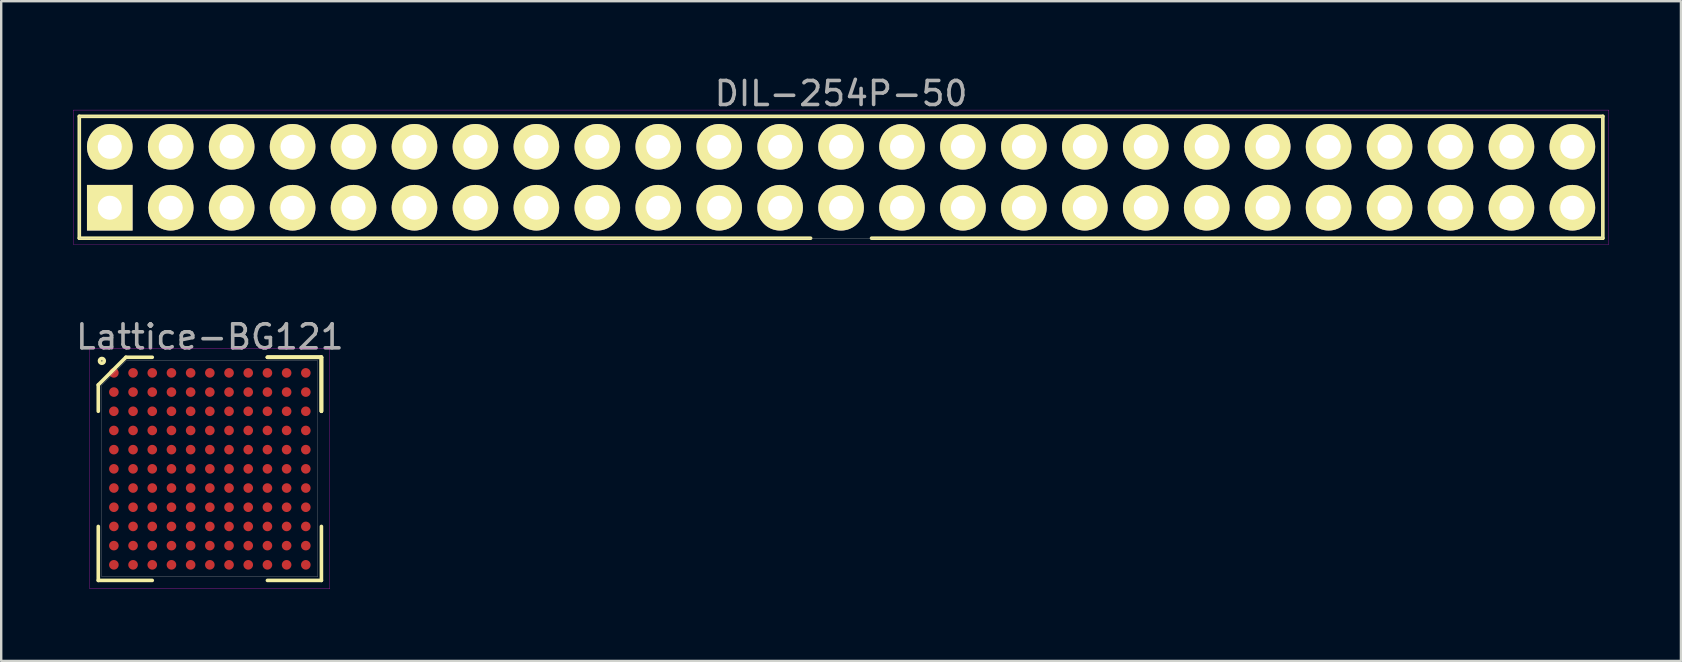
<source format=kicad_pcb>
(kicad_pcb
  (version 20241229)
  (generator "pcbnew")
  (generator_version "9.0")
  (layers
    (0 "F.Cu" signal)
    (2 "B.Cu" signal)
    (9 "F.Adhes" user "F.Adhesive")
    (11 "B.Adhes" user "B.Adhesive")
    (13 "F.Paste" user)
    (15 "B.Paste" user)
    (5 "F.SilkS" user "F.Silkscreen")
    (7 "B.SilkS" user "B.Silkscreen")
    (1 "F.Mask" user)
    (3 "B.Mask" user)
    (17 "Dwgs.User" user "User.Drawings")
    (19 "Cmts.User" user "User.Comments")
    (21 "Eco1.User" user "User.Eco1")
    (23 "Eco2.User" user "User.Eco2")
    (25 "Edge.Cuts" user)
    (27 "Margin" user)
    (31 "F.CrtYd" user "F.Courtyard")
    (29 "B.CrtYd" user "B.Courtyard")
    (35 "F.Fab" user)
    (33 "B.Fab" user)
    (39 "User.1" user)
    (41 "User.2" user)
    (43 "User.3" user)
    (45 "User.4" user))
  (footprint "Lattice-BG121"
    (layer "F.Cu")
    (at 5.696 16.491)
    (property "Reference" "Lattice-BG121" (at 0 -5.5 0) (layer "F.Fab") (effects (font (size 1 1) (thickness 0.15))))
    (attr smd)
    (fp_line (start -4.65 -3.5) (end -4.65 -2.4) (stroke (width 0.15) (type solid)) (layer "F.SilkS"))
    (fp_line (start -4.65 4.65) (end -4.65 2.4) (stroke (width 0.15) (type solid)) (layer "F.SilkS"))
    (fp_line (start -3.5 -4.65) (end -4.65 -3.5) (stroke (width 0.15) (type solid)) (layer "F.SilkS"))
    (fp_line (start -2.4 -4.65) (end -3.5 -4.65) (stroke (width 0.15) (type solid)) (layer "F.SilkS"))
    (fp_line (start -2.4 4.65) (end -4.65 4.65) (stroke (width 0.15) (type solid)) (layer "F.SilkS"))
    (fp_line (start 2.4 -4.65) (end 4.65 -4.65) (stroke (width 0.15) (type solid)) (layer "F.SilkS"))
    (fp_line (start 2.4 -4.65) (end 4.65 -4.65) (stroke (width 0.15) (type solid)) (layer "F.SilkS"))
    (fp_line (start 2.4 -4.65) (end 4.65 -4.65) (stroke (width 0.15) (type solid)) (layer "F.SilkS"))
    (fp_line (start 2.4 4.65) (end 4.65 4.65) (stroke (width 0.15) (type solid)) (layer "F.SilkS"))
    (fp_line (start 4.65 -4.65) (end 4.65 -2.4) (stroke (width 0.15) (type solid)) (layer "F.SilkS"))
    (fp_line (start 4.65 -4.65) (end 4.65 -2.4) (stroke (width 0.15) (type solid)) (layer "F.SilkS"))
    (fp_line (start 4.65 -4.65) (end 4.65 -2.4) (stroke (width 0.15) (type solid)) (layer "F.SilkS"))
    (fp_line (start 4.65 4.65) (end 4.65 2.4) (stroke (width 0.15) (type solid)) (layer "F.SilkS"))
    (fp_circle (center -4.5 -4.5) (end -4.4 -4.5) (stroke (width 0.15) (type solid)) (fill no) (layer "F.SilkS"))
    (fp_line (start -5 -5) (end 5 -5) (stroke (width 0.01) (type solid)) (layer "F.CrtYd"))
    (fp_line (start -5 5) (end -5 -5) (stroke (width 0.01) (type solid)) (layer "F.CrtYd"))
    (fp_line (start 5 -5) (end 5 5) (stroke (width 0.01) (type solid)) (layer "F.CrtYd"))
    (fp_line (start 5 5) (end -5 5) (stroke (width 0.01) (type solid)) (layer "F.CrtYd"))
    (fp_line (start -4.5 -3.5) (end -4.5 4.5) (stroke (width 0.01) (type solid)) (layer "F.Fab"))
    (fp_line (start -4.5 4.5) (end 4.5 4.5) (stroke (width 0.01) (type solid)) (layer "F.Fab"))
    (fp_line (start -3.5 -4.5) (end -4.5 -3.5) (stroke (width 0.01) (type solid)) (layer "F.Fab"))
    (fp_line (start 4.5 -4.5) (end -3.5 -4.5) (stroke (width 0.01) (type solid)) (layer "F.Fab"))
    (fp_line (start 4.5 4.5) (end 4.5 -4.5) (stroke (width 0.01) (type solid)) (layer "F.Fab"))
    (pad "A1" smd circle (at -4 -4) (size 0.4 0.4) (layers "F.Cu" "F.Mask" "F.Paste"))
    (pad "A2" smd circle (at -3.2 -4) (size 0.4 0.4) (layers "F.Cu" "F.Mask" "F.Paste"))
    (pad "A3" smd circle (at -2.4 -4) (size 0.4 0.4) (layers "F.Cu" "F.Mask" "F.Paste"))
    (pad "A4" smd circle (at -1.6 -4) (size 0.4 0.4) (layers "F.Cu" "F.Mask" "F.Paste"))
    (pad "A5" smd circle (at -0.8 -4) (size 0.4 0.4) (layers "F.Cu" "F.Mask" "F.Paste"))
    (pad "A6" smd circle (at 0 -4) (size 0.4 0.4) (layers "F.Cu" "F.Mask" "F.Paste"))
    (pad "A7" smd circle (at 0.8 -4) (size 0.4 0.4) (layers "F.Cu" "F.Mask" "F.Paste"))
    (pad "A8" smd circle (at 1.6 -4) (size 0.4 0.4) (layers "F.Cu" "F.Mask" "F.Paste"))
    (pad "A9" smd circle (at 2.4 -4) (size 0.4 0.4) (layers "F.Cu" "F.Mask" "F.Paste"))
    (pad "A10" smd circle (at 3.2 -4) (size 0.4 0.4) (layers "F.Cu" "F.Mask" "F.Paste"))
    (pad "A11" smd circle (at 4 -4) (size 0.4 0.4) (layers "F.Cu" "F.Mask" "F.Paste"))
    (pad "B1" smd circle (at -4 -3.2) (size 0.4 0.4) (layers "F.Cu" "F.Mask" "F.Paste"))
    (pad "B2" smd circle (at -3.2 -3.2) (size 0.4 0.4) (layers "F.Cu" "F.Mask" "F.Paste"))
    (pad "B3" smd circle (at -2.4 -3.2) (size 0.4 0.4) (layers "F.Cu" "F.Mask" "F.Paste"))
    (pad "B4" smd circle (at -1.6 -3.2) (size 0.4 0.4) (layers "F.Cu" "F.Mask" "F.Paste"))
    (pad "B5" smd circle (at -0.8 -3.2) (size 0.4 0.4) (layers "F.Cu" "F.Mask" "F.Paste"))
    (pad "B6" smd circle (at 0 -3.2) (size 0.4 0.4) (layers "F.Cu" "F.Mask" "F.Paste"))
    (pad "B7" smd circle (at 0.8 -3.2) (size 0.4 0.4) (layers "F.Cu" "F.Mask" "F.Paste"))
    (pad "B8" smd circle (at 1.6 -3.2) (size 0.4 0.4) (layers "F.Cu" "F.Mask" "F.Paste"))
    (pad "B9" smd circle (at 2.4 -3.2) (size 0.4 0.4) (layers "F.Cu" "F.Mask" "F.Paste"))
    (pad "B10" smd circle (at 3.2 -3.2) (size 0.4 0.4) (layers "F.Cu" "F.Mask" "F.Paste"))
    (pad "B11" smd circle (at 4 -3.2) (size 0.4 0.4) (layers "F.Cu" "F.Mask" "F.Paste"))
    (pad "C1" smd circle (at -4 -2.4) (size 0.4 0.4) (layers "F.Cu" "F.Mask" "F.Paste"))
    (pad "C2" smd circle (at -3.2 -2.4) (size 0.4 0.4) (layers "F.Cu" "F.Mask" "F.Paste"))
    (pad "C3" smd circle (at -2.4 -2.4) (size 0.4 0.4) (layers "F.Cu" "F.Mask" "F.Paste"))
    (pad "C4" smd circle (at -1.6 -2.4) (size 0.4 0.4) (layers "F.Cu" "F.Mask" "F.Paste"))
    (pad "C5" smd circle (at -0.8 -2.4) (size 0.4 0.4) (layers "F.Cu" "F.Mask" "F.Paste"))
    (pad "C6" smd circle (at 0 -2.4) (size 0.4 0.4) (layers "F.Cu" "F.Mask" "F.Paste"))
    (pad "C7" smd circle (at 0.8 -2.4) (size 0.4 0.4) (layers "F.Cu" "F.Mask" "F.Paste"))
    (pad "C8" smd circle (at 1.6 -2.4) (size 0.4 0.4) (layers "F.Cu" "F.Mask" "F.Paste"))
    (pad "C9" smd circle (at 2.4 -2.4) (size 0.4 0.4) (layers "F.Cu" "F.Mask" "F.Paste"))
    (pad "C10" smd circle (at 3.2 -2.4) (size 0.4 0.4) (layers "F.Cu" "F.Mask" "F.Paste"))
    (pad "C11" smd circle (at 4 -2.4) (size 0.4 0.4) (layers "F.Cu" "F.Mask" "F.Paste"))
    (pad "D1" smd circle (at -4 -1.6) (size 0.4 0.4) (layers "F.Cu" "F.Mask" "F.Paste"))
    (pad "D2" smd circle (at -3.2 -1.6) (size 0.4 0.4) (layers "F.Cu" "F.Mask" "F.Paste"))
    (pad "D3" smd circle (at -2.4 -1.6) (size 0.4 0.4) (layers "F.Cu" "F.Mask" "F.Paste"))
    (pad "D4" smd circle (at -1.6 -1.6) (size 0.4 0.4) (layers "F.Cu" "F.Mask" "F.Paste"))
    (pad "D5" smd circle (at -0.8 -1.6) (size 0.4 0.4) (layers "F.Cu" "F.Mask" "F.Paste"))
    (pad "D6" smd circle (at 0 -1.6) (size 0.4 0.4) (layers "F.Cu" "F.Mask" "F.Paste"))
    (pad "D7" smd circle (at 0.8 -1.6) (size 0.4 0.4) (layers "F.Cu" "F.Mask" "F.Paste"))
    (pad "D8" smd circle (at 1.6 -1.6) (size 0.4 0.4) (layers "F.Cu" "F.Mask" "F.Paste"))
    (pad "D9" smd circle (at 2.4 -1.6) (size 0.4 0.4) (layers "F.Cu" "F.Mask" "F.Paste"))
    (pad "D10" smd circle (at 3.2 -1.6) (size 0.4 0.4) (layers "F.Cu" "F.Mask" "F.Paste"))
    (pad "D11" smd circle (at 4 -1.6) (size 0.4 0.4) (layers "F.Cu" "F.Mask" "F.Paste"))
    (pad "E1" smd circle (at -4 -0.8) (size 0.4 0.4) (layers "F.Cu" "F.Mask" "F.Paste"))
    (pad "E2" smd circle (at -3.2 -0.8) (size 0.4 0.4) (layers "F.Cu" "F.Mask" "F.Paste"))
    (pad "E3" smd circle (at -2.4 -0.8) (size 0.4 0.4) (layers "F.Cu" "F.Mask" "F.Paste"))
    (pad "E4" smd circle (at -1.6 -0.8) (size 0.4 0.4) (layers "F.Cu" "F.Mask" "F.Paste"))
    (pad "E5" smd circle (at -0.8 -0.8) (size 0.4 0.4) (layers "F.Cu" "F.Mask" "F.Paste"))
    (pad "E6" smd circle (at 0 -0.8) (size 0.4 0.4) (layers "F.Cu" "F.Mask" "F.Paste"))
    (pad "E7" smd circle (at 0.8 -0.8) (size 0.4 0.4) (layers "F.Cu" "F.Mask" "F.Paste"))
    (pad "E8" smd circle (at 1.6 -0.8) (size 0.4 0.4) (layers "F.Cu" "F.Mask" "F.Paste"))
    (pad "E9" smd circle (at 2.4 -0.8) (size 0.4 0.4) (layers "F.Cu" "F.Mask" "F.Paste"))
    (pad "E10" smd circle (at 3.2 -0.8) (size 0.4 0.4) (layers "F.Cu" "F.Mask" "F.Paste"))
    (pad "E11" smd circle (at 4 -0.8) (size 0.4 0.4) (layers "F.Cu" "F.Mask" "F.Paste"))
    (pad "F1" smd circle (at -4 0) (size 0.4 0.4) (layers "F.Cu" "F.Mask" "F.Paste"))
    (pad "F2" smd circle (at -3.2 0) (size 0.4 0.4) (layers "F.Cu" "F.Mask" "F.Paste"))
    (pad "F3" smd circle (at -2.4 0) (size 0.4 0.4) (layers "F.Cu" "F.Mask" "F.Paste"))
    (pad "F4" smd circle (at -1.6 0) (size 0.4 0.4) (layers "F.Cu" "F.Mask" "F.Paste"))
    (pad "F5" smd circle (at -0.8 0) (size 0.4 0.4) (layers "F.Cu" "F.Mask" "F.Paste"))
    (pad "F6" smd circle (at 0 0) (size 0.4 0.4) (layers "F.Cu" "F.Mask" "F.Paste"))
    (pad "F7" smd circle (at 0.8 0) (size 0.4 0.4) (layers "F.Cu" "F.Mask" "F.Paste"))
    (pad "F8" smd circle (at 1.6 0) (size 0.4 0.4) (layers "F.Cu" "F.Mask" "F.Paste"))
    (pad "F9" smd circle (at 2.4 0) (size 0.4 0.4) (layers "F.Cu" "F.Mask" "F.Paste"))
    (pad "F10" smd circle (at 3.2 0) (size 0.4 0.4) (layers "F.Cu" "F.Mask" "F.Paste"))
    (pad "F11" smd circle (at 4 0) (size 0.4 0.4) (layers "F.Cu" "F.Mask" "F.Paste"))
    (pad "G1" smd circle (at -4 0.8) (size 0.4 0.4) (layers "F.Cu" "F.Mask" "F.Paste"))
    (pad "G2" smd circle (at -3.2 0.8) (size 0.4 0.4) (layers "F.Cu" "F.Mask" "F.Paste"))
    (pad "G3" smd circle (at -2.4 0.8) (size 0.4 0.4) (layers "F.Cu" "F.Mask" "F.Paste"))
    (pad "G4" smd circle (at -1.6 0.8) (size 0.4 0.4) (layers "F.Cu" "F.Mask" "F.Paste"))
    (pad "G5" smd circle (at -0.8 0.8) (size 0.4 0.4) (layers "F.Cu" "F.Mask" "F.Paste"))
    (pad "G6" smd circle (at 0 0.8) (size 0.4 0.4) (layers "F.Cu" "F.Mask" "F.Paste"))
    (pad "G7" smd circle (at 0.8 0.8) (size 0.4 0.4) (layers "F.Cu" "F.Mask" "F.Paste"))
    (pad "G8" smd circle (at 1.6 0.8) (size 0.4 0.4) (layers "F.Cu" "F.Mask" "F.Paste"))
    (pad "G9" smd circle (at 2.4 0.8) (size 0.4 0.4) (layers "F.Cu" "F.Mask" "F.Paste"))
    (pad "G10" smd circle (at 3.2 0.8) (size 0.4 0.4) (layers "F.Cu" "F.Mask" "F.Paste"))
    (pad "G11" smd circle (at 4 0.8) (size 0.4 0.4) (layers "F.Cu" "F.Mask" "F.Paste"))
    (pad "H1" smd circle (at -4 1.6) (size 0.4 0.4) (layers "F.Cu" "F.Mask" "F.Paste"))
    (pad "H2" smd circle (at -3.2 1.6) (size 0.4 0.4) (layers "F.Cu" "F.Mask" "F.Paste"))
    (pad "H3" smd circle (at -2.4 1.6) (size 0.4 0.4) (layers "F.Cu" "F.Mask" "F.Paste"))
    (pad "H4" smd circle (at -1.6 1.6) (size 0.4 0.4) (layers "F.Cu" "F.Mask" "F.Paste"))
    (pad "H5" smd circle (at -0.8 1.6) (size 0.4 0.4) (layers "F.Cu" "F.Mask" "F.Paste"))
    (pad "H6" smd circle (at 0 1.6) (size 0.4 0.4) (layers "F.Cu" "F.Mask" "F.Paste"))
    (pad "H7" smd circle (at 0.8 1.6) (size 0.4 0.4) (layers "F.Cu" "F.Mask" "F.Paste"))
    (pad "H8" smd circle (at 1.6 1.6) (size 0.4 0.4) (layers "F.Cu" "F.Mask" "F.Paste"))
    (pad "H9" smd circle (at 2.4 1.6) (size 0.4 0.4) (layers "F.Cu" "F.Mask" "F.Paste"))
    (pad "H10" smd circle (at 3.2 1.6) (size 0.4 0.4) (layers "F.Cu" "F.Mask" "F.Paste"))
    (pad "H11" smd circle (at 4 1.6) (size 0.4 0.4) (layers "F.Cu" "F.Mask" "F.Paste"))
    (pad "J1" smd circle (at -4 2.4) (size 0.4 0.4) (layers "F.Cu" "F.Mask" "F.Paste"))
    (pad "J2" smd circle (at -3.2 2.4) (size 0.4 0.4) (layers "F.Cu" "F.Mask" "F.Paste"))
    (pad "J3" smd circle (at -2.4 2.4) (size 0.4 0.4) (layers "F.Cu" "F.Mask" "F.Paste"))
    (pad "J4" smd circle (at -1.6 2.4) (size 0.4 0.4) (layers "F.Cu" "F.Mask" "F.Paste"))
    (pad "J5" smd circle (at -0.8 2.4) (size 0.4 0.4) (layers "F.Cu" "F.Mask" "F.Paste"))
    (pad "J6" smd circle (at 0 2.4) (size 0.4 0.4) (layers "F.Cu" "F.Mask" "F.Paste"))
    (pad "J7" smd circle (at 0.8 2.4) (size 0.4 0.4) (layers "F.Cu" "F.Mask" "F.Paste"))
    (pad "J8" smd circle (at 1.6 2.4) (size 0.4 0.4) (layers "F.Cu" "F.Mask" "F.Paste"))
    (pad "J9" smd circle (at 2.4 2.4) (size 0.4 0.4) (layers "F.Cu" "F.Mask" "F.Paste"))
    (pad "J10" smd circle (at 3.2 2.4) (size 0.4 0.4) (layers "F.Cu" "F.Mask" "F.Paste"))
    (pad "J11" smd circle (at 4 2.4) (size 0.4 0.4) (layers "F.Cu" "F.Mask" "F.Paste"))
    (pad "K1" smd circle (at -4 3.2) (size 0.4 0.4) (layers "F.Cu" "F.Mask" "F.Paste"))
    (pad "K2" smd circle (at -3.2 3.2) (size 0.4 0.4) (layers "F.Cu" "F.Mask" "F.Paste"))
    (pad "K3" smd circle (at -2.4 3.2) (size 0.4 0.4) (layers "F.Cu" "F.Mask" "F.Paste"))
    (pad "K4" smd circle (at -1.6 3.2) (size 0.4 0.4) (layers "F.Cu" "F.Mask" "F.Paste"))
    (pad "K5" smd circle (at -0.8 3.2) (size 0.4 0.4) (layers "F.Cu" "F.Mask" "F.Paste"))
    (pad "K6" smd circle (at 0 3.2) (size 0.4 0.4) (layers "F.Cu" "F.Mask" "F.Paste"))
    (pad "K7" smd circle (at 0.8 3.2) (size 0.4 0.4) (layers "F.Cu" "F.Mask" "F.Paste"))
    (pad "K8" smd circle (at 1.6 3.2) (size 0.4 0.4) (layers "F.Cu" "F.Mask" "F.Paste"))
    (pad "K9" smd circle (at 2.4 3.2) (size 0.4 0.4) (layers "F.Cu" "F.Mask" "F.Paste"))
    (pad "K10" smd circle (at 3.2 3.2) (size 0.4 0.4) (layers "F.Cu" "F.Mask" "F.Paste"))
    (pad "K11" smd circle (at 4 3.2) (size 0.4 0.4) (layers "F.Cu" "F.Mask" "F.Paste"))
    (pad "L1" smd circle (at -4 4) (size 0.4 0.4) (layers "F.Cu" "F.Mask" "F.Paste"))
    (pad "L2" smd circle (at -3.2 4) (size 0.4 0.4) (layers "F.Cu" "F.Mask" "F.Paste"))
    (pad "L3" smd circle (at -2.4 4) (size 0.4 0.4) (layers "F.Cu" "F.Mask" "F.Paste"))
    (pad "L4" smd circle (at -1.6 4) (size 0.4 0.4) (layers "F.Cu" "F.Mask" "F.Paste"))
    (pad "L5" smd circle (at -0.8 4) (size 0.4 0.4) (layers "F.Cu" "F.Mask" "F.Paste"))
    (pad "L6" smd circle (at 0 4) (size 0.4 0.4) (layers "F.Cu" "F.Mask" "F.Paste"))
    (pad "L7" smd circle (at 0.8 4) (size 0.4 0.4) (layers "F.Cu" "F.Mask" "F.Paste"))
    (pad "L8" smd circle (at 1.6 4) (size 0.4 0.4) (layers "F.Cu" "F.Mask" "F.Paste"))
    (pad "L9" smd circle (at 2.4 4) (size 0.4 0.4) (layers "F.Cu" "F.Mask" "F.Paste"))
    (pad "L10" smd circle (at 3.2 4) (size 0.4 0.4) (layers "F.Cu" "F.Mask" "F.Paste"))
    (pad "L11" smd circle (at 4 4) (size 0.4 0.4) (layers "F.Cu" "F.Mask" "F.Paste")))
  (footprint "DIL-254P-50"
    (layer "F.Cu")
    (at 32.005 4.338)
    (property "Reference" "DIL-254P-50" (at 0 -3.49 0) (layer "F.Fab") (effects (font (size 1 1) (thickness 0.15))))
    (attr through_hole)
    (fp_line (start -31.75 -2.54) (end 31.75 -2.54) (stroke (width 0.15) (type solid)) (layer "F.SilkS"))
    (fp_line (start -31.75 2.54) (end -31.75 -2.54) (stroke (width 0.15) (type solid)) (layer "F.SilkS"))
    (fp_line (start -1.27 2.54) (end -31.75 2.54) (stroke (width 0.15) (type solid)) (layer "F.SilkS"))
    (fp_line (start 31.75 -2.54) (end 31.75 2.54) (stroke (width 0.15) (type solid)) (layer "F.SilkS"))
    (fp_line (start 31.75 2.54) (end 1.27 2.54) (stroke (width 0.15) (type solid)) (layer "F.SilkS"))
    (fp_line (start -32 -2.8) (end 32 -2.8) (stroke (width 0.01) (type solid)) (layer "F.CrtYd"))
    (fp_line (start -32 2.8) (end -32 -2.8) (stroke (width 0.01) (type solid)) (layer "F.CrtYd"))
    (fp_line (start 32 -2.8) (end 32 2.8) (stroke (width 0.01) (type solid)) (layer "F.CrtYd"))
    (fp_line (start 32 2.8) (end -32 2.8) (stroke (width 0.01) (type solid)) (layer "F.CrtYd"))
    (fp_line (start -31.75 -2.54) (end 31.75 -2.54) (stroke (width 0.01) (type solid)) (layer "F.Fab"))
    (fp_line (start -31.75 2.54) (end -31.75 -2.54) (stroke (width 0.01) (type solid)) (layer "F.Fab"))
    (fp_line (start 31.75 -2.54) (end 31.75 2.54) (stroke (width 0.01) (type solid)) (layer "F.Fab"))
    (fp_line (start 31.75 2.54) (end -31.75 2.54) (stroke (width 0.01) (type solid)) (layer "F.Fab"))
    (pad "1" thru_hole rect (at -30.48 1.27) (size 1.9 1.9) (drill 1) (layers "*.Cu" "*.Mask" "F.SilkS"))
    (pad "2" thru_hole circle (at -30.48 -1.27) (size 1.9 1.9) (drill 1) (layers "*.Cu" "*.Mask" "F.SilkS"))
    (pad "3" thru_hole circle (at -27.94 1.27) (size 1.9 1.9) (drill 1) (layers "*.Cu" "*.Mask" "F.SilkS"))
    (pad "4" thru_hole circle (at -27.94 -1.27) (size 1.9 1.9) (drill 1) (layers "*.Cu" "*.Mask" "F.SilkS"))
    (pad "5" thru_hole circle (at -25.4 1.27) (size 1.9 1.9) (drill 1) (layers "*.Cu" "*.Mask" "F.SilkS"))
    (pad "6" thru_hole circle (at -25.4 -1.27) (size 1.9 1.9) (drill 1) (layers "*.Cu" "*.Mask" "F.SilkS"))
    (pad "7" thru_hole circle (at -22.86 1.27) (size 1.9 1.9) (drill 1) (layers "*.Cu" "*.Mask" "F.SilkS"))
    (pad "8" thru_hole circle (at -22.86 -1.27) (size 1.9 1.9) (drill 1) (layers "*.Cu" "*.Mask" "F.SilkS"))
    (pad "9" thru_hole circle (at -20.32 1.27) (size 1.9 1.9) (drill 1) (layers "*.Cu" "*.Mask" "F.SilkS"))
    (pad "10" thru_hole circle (at -20.32 -1.27) (size 1.9 1.9) (drill 1) (layers "*.Cu" "*.Mask" "F.SilkS"))
    (pad "11" thru_hole circle (at -17.78 1.27) (size 1.9 1.9) (drill 1) (layers "*.Cu" "*.Mask" "F.SilkS"))
    (pad "12" thru_hole circle (at -17.78 -1.27) (size 1.9 1.9) (drill 1) (layers "*.Cu" "*.Mask" "F.SilkS"))
    (pad "13" thru_hole circle (at -15.24 1.27) (size 1.9 1.9) (drill 1) (layers "*.Cu" "*.Mask" "F.SilkS"))
    (pad "14" thru_hole circle (at -15.24 -1.27) (size 1.9 1.9) (drill 1) (layers "*.Cu" "*.Mask" "F.SilkS"))
    (pad "15" thru_hole circle (at -12.7 1.27) (size 1.9 1.9) (drill 1) (layers "*.Cu" "*.Mask" "F.SilkS"))
    (pad "16" thru_hole circle (at -12.7 -1.27) (size 1.9 1.9) (drill 1) (layers "*.Cu" "*.Mask" "F.SilkS"))
    (pad "17" thru_hole circle (at -10.16 1.27) (size 1.9 1.9) (drill 1) (layers "*.Cu" "*.Mask" "F.SilkS"))
    (pad "18" thru_hole circle (at -10.16 -1.27) (size 1.9 1.9) (drill 1) (layers "*.Cu" "*.Mask" "F.SilkS"))
    (pad "19" thru_hole circle (at -7.62 1.27) (size 1.9 1.9) (drill 1) (layers "*.Cu" "*.Mask" "F.SilkS"))
    (pad "20" thru_hole circle (at -7.62 -1.27) (size 1.9 1.9) (drill 1) (layers "*.Cu" "*.Mask" "F.SilkS"))
    (pad "21" thru_hole circle (at -5.08 1.27) (size 1.9 1.9) (drill 1) (layers "*.Cu" "*.Mask" "F.SilkS"))
    (pad "22" thru_hole circle (at -5.08 -1.27) (size 1.9 1.9) (drill 1) (layers "*.Cu" "*.Mask" "F.SilkS"))
    (pad "23" thru_hole circle (at -2.54 1.27) (size 1.9 1.9) (drill 1) (layers "*.Cu" "*.Mask" "F.SilkS"))
    (pad "24" thru_hole circle (at -2.54 -1.27) (size 1.9 1.9) (drill 1) (layers "*.Cu" "*.Mask" "F.SilkS"))
    (pad "25" thru_hole circle (at 0 1.27) (size 1.9 1.9) (drill 1) (layers "*.Cu" "*.Mask" "F.SilkS"))
    (pad "26" thru_hole circle (at 0 -1.27) (size 1.9 1.9) (drill 1) (layers "*.Cu" "*.Mask" "F.SilkS"))
    (pad "27" thru_hole circle (at 2.54 1.27) (size 1.9 1.9) (drill 1) (layers "*.Cu" "*.Mask" "F.SilkS"))
    (pad "28" thru_hole circle (at 2.54 -1.27) (size 1.9 1.9) (drill 1) (layers "*.Cu" "*.Mask" "F.SilkS"))
    (pad "29" thru_hole circle (at 5.08 1.27) (size 1.9 1.9) (drill 1) (layers "*.Cu" "*.Mask" "F.SilkS"))
    (pad "30" thru_hole circle (at 5.08 -1.27) (size 1.9 1.9) (drill 1) (layers "*.Cu" "*.Mask" "F.SilkS"))
    (pad "31" thru_hole circle (at 7.62 1.27) (size 1.9 1.9) (drill 1) (layers "*.Cu" "*.Mask" "F.SilkS"))
    (pad "32" thru_hole circle (at 7.62 -1.27) (size 1.9 1.9) (drill 1) (layers "*.Cu" "*.Mask" "F.SilkS"))
    (pad "33" thru_hole circle (at 10.16 1.27) (size 1.9 1.9) (drill 1) (layers "*.Cu" "*.Mask" "F.SilkS"))
    (pad "34" thru_hole circle (at 10.16 -1.27) (size 1.9 1.9) (drill 1) (layers "*.Cu" "*.Mask" "F.SilkS"))
    (pad "35" thru_hole circle (at 12.7 1.27) (size 1.9 1.9) (drill 1) (layers "*.Cu" "*.Mask" "F.SilkS"))
    (pad "36" thru_hole circle (at 12.7 -1.27) (size 1.9 1.9) (drill 1) (layers "*.Cu" "*.Mask" "F.SilkS"))
    (pad "37" thru_hole circle (at 15.24 1.27) (size 1.9 1.9) (drill 1) (layers "*.Cu" "*.Mask" "F.SilkS"))
    (pad "38" thru_hole circle (at 15.24 -1.27) (size 1.9 1.9) (drill 1) (layers "*.Cu" "*.Mask" "F.SilkS"))
    (pad "39" thru_hole circle (at 17.78 1.27) (size 1.9 1.9) (drill 1) (layers "*.Cu" "*.Mask" "F.SilkS"))
    (pad "40" thru_hole circle (at 17.78 -1.27) (size 1.9 1.9) (drill 1) (layers "*.Cu" "*.Mask" "F.SilkS"))
    (pad "41" thru_hole circle (at 20.32 1.27) (size 1.9 1.9) (drill 1) (layers "*.Cu" "*.Mask" "F.SilkS"))
    (pad "42" thru_hole circle (at 20.32 -1.27) (size 1.9 1.9) (drill 1) (layers "*.Cu" "*.Mask" "F.SilkS"))
    (pad "43" thru_hole circle (at 22.86 1.27) (size 1.9 1.9) (drill 1) (layers "*.Cu" "*.Mask" "F.SilkS"))
    (pad "44" thru_hole circle (at 22.86 -1.27) (size 1.9 1.9) (drill 1) (layers "*.Cu" "*.Mask" "F.SilkS"))
    (pad "45" thru_hole circle (at 25.4 1.27) (size 1.9 1.9) (drill 1) (layers "*.Cu" "*.Mask" "F.SilkS"))
    (pad "46" thru_hole circle (at 25.4 -1.27) (size 1.9 1.9) (drill 1) (layers "*.Cu" "*.Mask" "F.SilkS"))
    (pad "47" thru_hole circle (at 27.94 1.27) (size 1.9 1.9) (drill 1) (layers "*.Cu" "*.Mask" "F.SilkS"))
    (pad "48" thru_hole circle (at 27.94 -1.27) (size 1.9 1.9) (drill 1) (layers "*.Cu" "*.Mask" "F.SilkS"))
    (pad "49" thru_hole circle (at 30.48 1.27) (size 1.9 1.9) (drill 1) (layers "*.Cu" "*.Mask" "F.SilkS"))
    (pad "50" thru_hole circle (at 30.48 -1.27) (size 1.9 1.9) (drill 1) (layers "*.Cu" "*.Mask" "F.SilkS")))
  (gr_rect
    (start -3 -3)
    (end 67.01 24.497)
    (stroke (width 0.1) (type default))
    (fill no)
    (layer "Edge.Cuts")))
</source>
